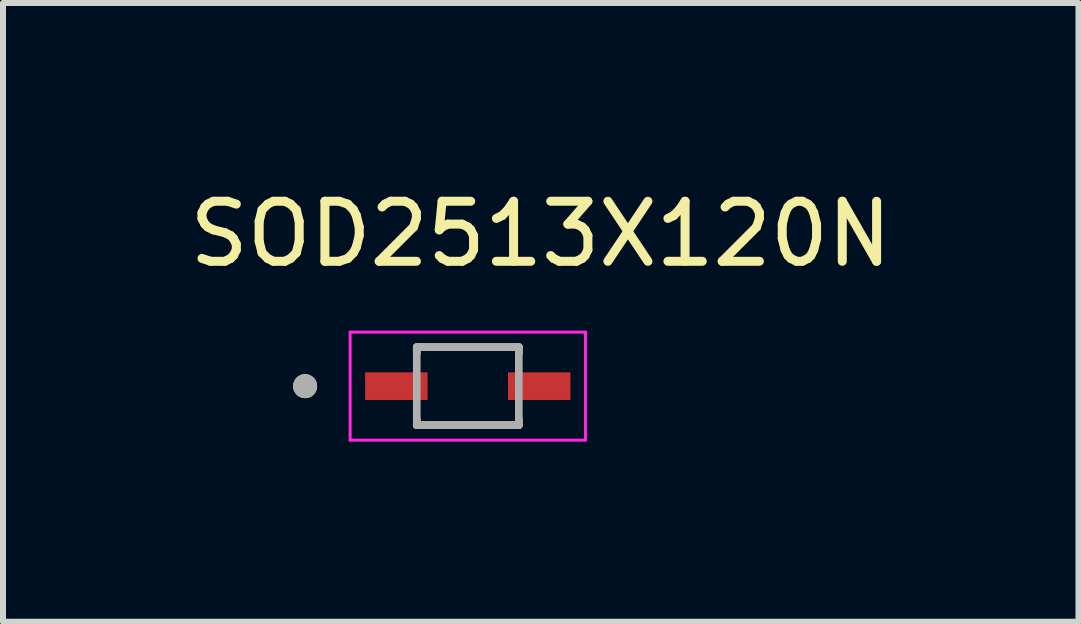
<source format=kicad_pcb>
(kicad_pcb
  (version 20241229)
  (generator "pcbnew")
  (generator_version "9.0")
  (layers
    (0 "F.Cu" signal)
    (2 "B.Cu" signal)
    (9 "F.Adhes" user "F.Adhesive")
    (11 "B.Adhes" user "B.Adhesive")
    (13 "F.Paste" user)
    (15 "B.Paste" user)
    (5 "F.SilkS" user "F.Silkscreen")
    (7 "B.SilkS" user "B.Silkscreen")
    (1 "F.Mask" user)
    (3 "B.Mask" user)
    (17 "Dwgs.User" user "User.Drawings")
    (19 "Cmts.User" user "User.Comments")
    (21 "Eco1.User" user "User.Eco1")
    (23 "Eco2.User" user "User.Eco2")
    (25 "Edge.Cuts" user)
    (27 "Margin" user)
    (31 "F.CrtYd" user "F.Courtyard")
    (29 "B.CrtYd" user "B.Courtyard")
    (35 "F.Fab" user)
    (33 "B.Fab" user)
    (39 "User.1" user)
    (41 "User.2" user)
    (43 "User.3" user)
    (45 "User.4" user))
  (footprint "SOD2513X120N"
    (layer "F.Cu")
    (at 4.743 3.383)
    (property "Reference" "SOD2513X120N" (at 1.215 -2.535 0) (layer "F.SilkS") (effects (font (size 1 1) (thickness 0.15))))
    (attr smd)
    (fp_line (start -0.85 -0.65) (end 0.85 -0.65) (stroke (width 0.127) (type solid)) (layer "F.SilkS"))
    (fp_line (start -0.85 -0.55) (end -0.85 -0.65) (stroke (width 0.127) (type solid)) (layer "F.SilkS"))
    (fp_line (start -0.85 0.65) (end -0.85 0.55) (stroke (width 0.127) (type solid)) (layer "F.SilkS"))
    (fp_line (start 0.85 -0.65) (end 0.85 -0.55) (stroke (width 0.127) (type solid)) (layer "F.SilkS"))
    (fp_line (start 0.85 0.65) (end -0.85 0.65) (stroke (width 0.127) (type solid)) (layer "F.SilkS"))
    (fp_line (start 0.85 0.65) (end 0.85 0.55) (stroke (width 0.127) (type solid)) (layer "F.SilkS"))
    (fp_circle (center -2.71 0) (end -2.61 0) (stroke (width 0.2) (type solid)) (fill no) (layer "F.SilkS"))
    (fp_line (start -1.96 -0.9) (end -1.96 0.9) (stroke (width 0.05) (type solid)) (layer "F.CrtYd"))
    (fp_line (start -1.96 0.9) (end 1.96 0.9) (stroke (width 0.05) (type solid)) (layer "F.CrtYd"))
    (fp_line (start 1.96 -0.9) (end -1.96 -0.9) (stroke (width 0.05) (type solid)) (layer "F.CrtYd"))
    (fp_line (start 1.96 0.9) (end 1.96 -0.9) (stroke (width 0.05) (type solid)) (layer "F.CrtYd"))
    (fp_line (start -0.85 -0.65) (end 0.85 -0.65) (stroke (width 0.127) (type solid)) (layer "F.Fab"))
    (fp_line (start -0.85 0.65) (end -0.85 -0.65) (stroke (width 0.127) (type solid)) (layer "F.Fab"))
    (fp_line (start 0.85 -0.65) (end 0.85 0.65) (stroke (width 0.127) (type solid)) (layer "F.Fab"))
    (fp_line (start 0.85 0.65) (end -0.85 0.65) (stroke (width 0.127) (type solid)) (layer "F.Fab"))
    (fp_circle (center -2.71 0) (end -2.61 0) (stroke (width 0.2) (type solid)) (fill no) (layer "F.Fab"))
    (pad "1" smd rect (at -1.19 0) (size 1.04 0.46) (layers "F.Cu" "F.Mask" "F.Paste"))
    (pad "2" smd rect (at 1.19 0) (size 1.04 0.46) (layers "F.Cu" "F.Mask" "F.Paste")))
  (gr_rect
    (start -3 -3)
    (end 14.917 7.308)
    (stroke (width 0.1) (type default))
    (fill no)
    (layer "Edge.Cuts")))
</source>
